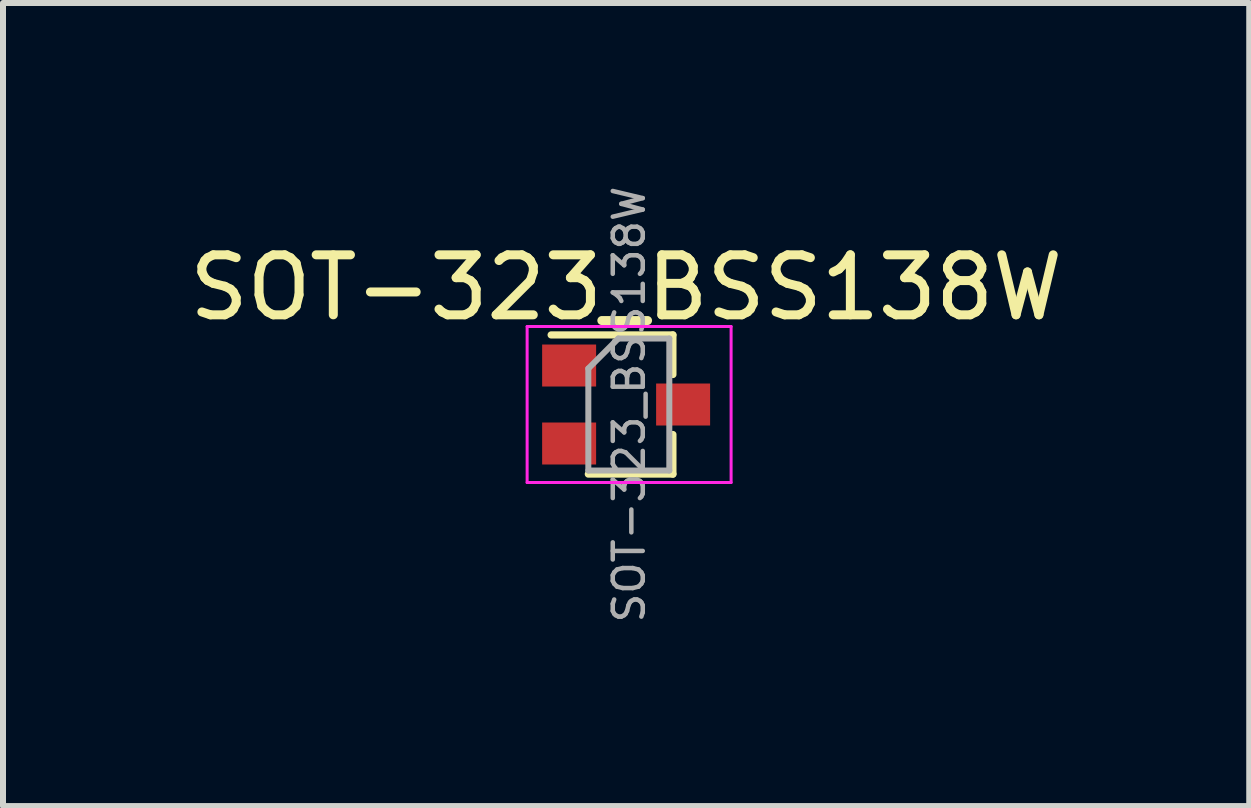
<source format=kicad_pcb>
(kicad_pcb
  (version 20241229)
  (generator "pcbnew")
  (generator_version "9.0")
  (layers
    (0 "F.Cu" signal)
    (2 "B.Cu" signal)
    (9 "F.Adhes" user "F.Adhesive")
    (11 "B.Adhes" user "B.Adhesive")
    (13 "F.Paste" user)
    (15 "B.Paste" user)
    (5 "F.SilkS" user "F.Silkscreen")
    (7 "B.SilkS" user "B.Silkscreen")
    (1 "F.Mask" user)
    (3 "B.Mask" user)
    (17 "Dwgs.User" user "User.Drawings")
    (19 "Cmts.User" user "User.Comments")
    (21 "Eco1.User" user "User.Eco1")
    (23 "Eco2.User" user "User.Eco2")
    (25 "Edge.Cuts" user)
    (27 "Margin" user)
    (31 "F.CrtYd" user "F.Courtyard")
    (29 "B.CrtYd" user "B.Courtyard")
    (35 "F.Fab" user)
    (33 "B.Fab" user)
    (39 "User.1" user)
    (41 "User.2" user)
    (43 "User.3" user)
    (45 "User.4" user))
  (footprint "SOT-323_BSS138W"
    (layer "F.Cu")
    (at 7.437 3.693)
    (property "Reference" "SOT-323_BSS138W" (at -0.05 -1.95 0) (layer "F.SilkS") (effects (font (size 1 1) (thickness 0.15))))
    (attr smd)
    (fp_line (start -0.68 1.16) (end 0.73 1.16) (stroke (width 0.12) (type solid)) (layer "F.SilkS"))
    (fp_line (start 0.73 -1.16) (end -1.3 -1.16) (stroke (width 0.12) (type solid)) (layer "F.SilkS"))
    (fp_line (start 0.73 -1.16) (end 0.73 -0.5) (stroke (width 0.12) (type solid)) (layer "F.SilkS"))
    (fp_line (start 0.73 0.5) (end 0.73 1.16) (stroke (width 0.12) (type solid)) (layer "F.SilkS"))
    (fp_line (start -1.7 -1.3) (end 1.7 -1.3) (stroke (width 0.05) (type solid)) (layer "F.CrtYd"))
    (fp_line (start -1.7 1.3) (end -1.7 -1.3) (stroke (width 0.05) (type solid)) (layer "F.CrtYd"))
    (fp_line (start 1.7 -1.3) (end 1.7 1.3) (stroke (width 0.05) (type solid)) (layer "F.CrtYd"))
    (fp_line (start 1.7 1.3) (end -1.7 1.3) (stroke (width 0.05) (type solid)) (layer "F.CrtYd"))
    (fp_line (start -0.68 -0.6) (end -0.68 1.1) (stroke (width 0.1) (type solid)) (layer "F.Fab"))
    (fp_line (start -0.18 -1.1) (end -0.68 -0.6) (stroke (width 0.1) (type solid)) (layer "F.Fab"))
    (fp_line (start 0.67 -1.1) (end -0.18 -1.1) (stroke (width 0.1) (type solid)) (layer "F.Fab"))
    (fp_line (start 0.67 -1.1) (end 0.67 1.1) (stroke (width 0.1) (type solid)) (layer "F.Fab"))
    (fp_line (start 0.67 1.1) (end -0.68 1.1) (stroke (width 0.1) (type solid)) (layer "F.Fab"))
    (fp_text user "${REFERENCE}" (at 0 0 90) (layer "F.Fab") (effects (font (size 0.5 0.5) (thickness 0.075))))
    (pad "1" smd rect (at -1 -0.65 270) (size 0.7 0.9) (layers "F.Cu" "F.Mask" "F.Paste"))
    (pad "2" smd rect (at -1 0.65 270) (size 0.7 0.9) (layers "F.Cu" "F.Mask" "F.Paste"))
    (pad "3" smd rect (at 0.9 0 270) (size 0.7 0.9) (layers "F.Cu" "F.Mask" "F.Paste")))
  (gr_rect
    (start -3 -3)
    (end 17.774 10.387)
    (stroke (width 0.1) (type default))
    (fill no)
    (layer "Edge.Cuts")))
</source>
